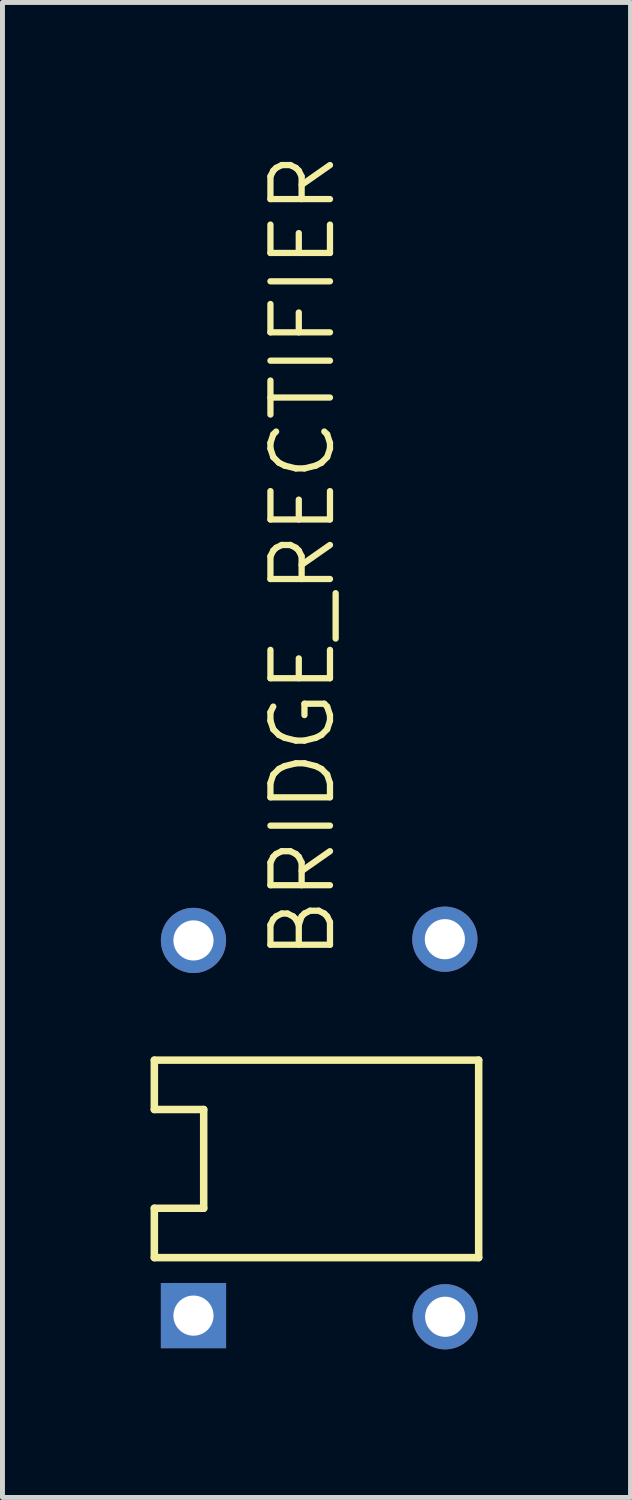
<source format=kicad_pcb>
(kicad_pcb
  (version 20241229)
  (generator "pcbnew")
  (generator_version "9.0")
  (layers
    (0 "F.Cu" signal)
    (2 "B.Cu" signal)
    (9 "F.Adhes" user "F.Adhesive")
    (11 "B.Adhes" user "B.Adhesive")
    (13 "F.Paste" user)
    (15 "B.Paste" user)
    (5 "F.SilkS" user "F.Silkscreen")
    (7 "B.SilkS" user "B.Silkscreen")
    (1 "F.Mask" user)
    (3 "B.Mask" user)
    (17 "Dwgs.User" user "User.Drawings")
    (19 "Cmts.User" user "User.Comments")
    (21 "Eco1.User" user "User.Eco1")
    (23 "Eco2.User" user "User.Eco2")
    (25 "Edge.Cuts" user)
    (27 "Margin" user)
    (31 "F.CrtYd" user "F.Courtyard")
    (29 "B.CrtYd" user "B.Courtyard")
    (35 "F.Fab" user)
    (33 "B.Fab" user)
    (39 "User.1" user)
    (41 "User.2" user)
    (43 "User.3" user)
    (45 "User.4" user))
  (footprint "BRIDGE_RECTIFIER"
    (layer "F.Cu")
    (at 3.361 20.424)
    (property "Reference" "BRIDGE_RECTIFIER" (at 0.427 -3.967 90) (layer "F.SilkS") (effects (font (size 1.206 1.206) (thickness 0.127)) (justify left bottom)))
    (attr through_hole)
    (fp_line (start -3.285 -2) (end -3.285 -1) (stroke (width 0.152) (type solid)) (layer "F.SilkS"))
    (fp_line (start -3.285 -1) (end -2.285 -1) (stroke (width 0.152) (type solid)) (layer "F.SilkS"))
    (fp_line (start -3.285 1) (end -2.285 1) (stroke (width 0.152) (type solid)) (layer "F.SilkS"))
    (fp_line (start -3.285 2) (end -3.285 1) (stroke (width 0.152) (type solid)) (layer "F.SilkS"))
    (fp_line (start -3.285 2) (end 3.285 2) (stroke (width 0.152) (type solid)) (layer "F.SilkS"))
    (fp_line (start -2.285 1) (end -2.285 -1) (stroke (width 0.152) (type solid)) (layer "F.SilkS"))
    (fp_line (start 3.285 -2) (end -3.285 -2) (stroke (width 0.152) (type solid)) (layer "F.SilkS"))
    (fp_line (start 3.285 -2) (end 3.285 2) (stroke (width 0.152) (type solid)) (layer "F.SilkS"))
    (pad "1" thru_hole rect (at -2.492 3.175 90) (size 1.321 1.321) (drill 0.813) (layers "*.Cu" "*.Mask"))
    (pad "2" thru_hole circle (at 2.606 3.198 90) (size 1.321 1.321) (drill 0.813) (layers "*.Cu" "*.Mask"))
    (pad "3" thru_hole circle (at 2.6 -4.45 90) (size 1.321 1.321) (drill 0.813) (layers "*.Cu" "*.Mask"))
    (pad "4" thru_hole circle (at -2.492 -4.425 90) (size 1.321 1.321) (drill 0.813) (layers "*.Cu" "*.Mask")))
  (gr_rect
    (start -3 -3)
    (end 9.722 27.282)
    (stroke (width 0.1) (type default))
    (fill no)
    (layer "Edge.Cuts")))
</source>
